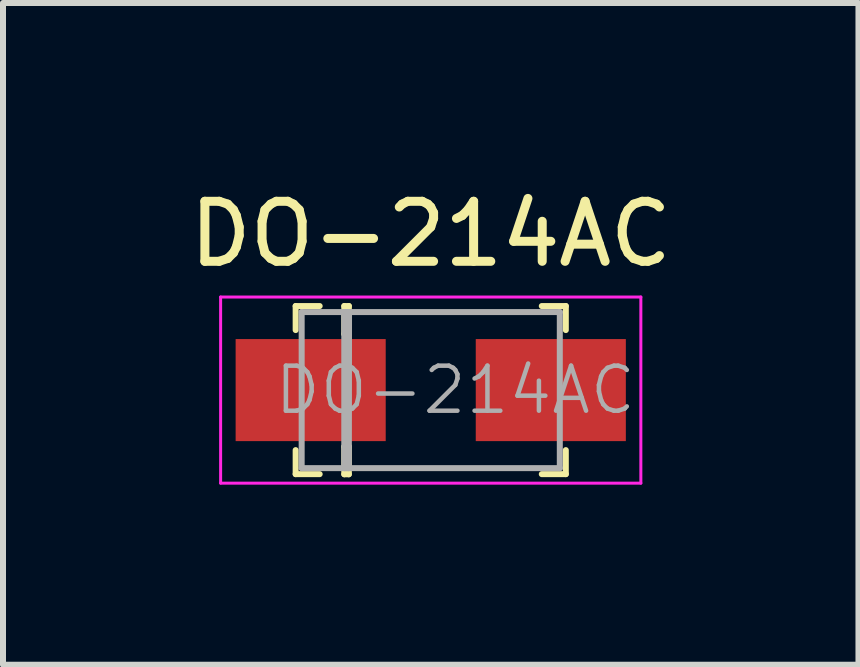
<source format=kicad_pcb>
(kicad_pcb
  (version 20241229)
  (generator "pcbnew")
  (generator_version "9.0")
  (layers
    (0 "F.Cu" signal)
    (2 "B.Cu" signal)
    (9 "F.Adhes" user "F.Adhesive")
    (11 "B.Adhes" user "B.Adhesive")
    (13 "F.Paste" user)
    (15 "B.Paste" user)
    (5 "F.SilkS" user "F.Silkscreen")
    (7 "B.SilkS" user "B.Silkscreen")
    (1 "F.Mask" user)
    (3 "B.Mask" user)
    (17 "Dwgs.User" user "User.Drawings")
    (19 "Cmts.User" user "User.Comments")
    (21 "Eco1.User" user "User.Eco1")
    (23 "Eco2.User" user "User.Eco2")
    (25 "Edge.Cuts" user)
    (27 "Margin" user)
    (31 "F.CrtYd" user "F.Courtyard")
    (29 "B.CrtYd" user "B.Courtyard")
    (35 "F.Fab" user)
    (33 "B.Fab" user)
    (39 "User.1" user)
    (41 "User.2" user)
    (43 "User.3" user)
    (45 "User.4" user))
  (footprint "DO-214AC"
    (layer "F.Cu")
    (at 4.125 3.448)
    (property "Reference" "DO-214AC" (at 0 -2.6 0) (layer "F.SilkS") (effects (font (size 1 1) (thickness 0.15))))
    (attr through_hole)
    (fp_line (start -2.25 -1.4) (end -2.25 -1) (stroke (width 0.1) (type solid)) (layer "F.SilkS"))
    (fp_line (start -2.25 -1.4) (end -1.85 -1.4) (stroke (width 0.1) (type solid)) (layer "F.SilkS"))
    (fp_line (start -2.25 1.4) (end -2.25 1) (stroke (width 0.1) (type solid)) (layer "F.SilkS"))
    (fp_line (start -2.25 1.4) (end -1.85 1.4) (stroke (width 0.1) (type solid)) (layer "F.SilkS"))
    (fp_line (start -1.44 -1.4) (end -1.44 -0.935) (stroke (width 0.1) (type solid)) (layer "F.SilkS"))
    (fp_line (start -1.44 -0.935) (end -1.364 -0.935) (stroke (width 0.1) (type solid)) (layer "F.SilkS"))
    (fp_line (start -1.44 0.942) (end -1.364 0.942) (stroke (width 0.1) (type solid)) (layer "F.SilkS"))
    (fp_line (start -1.44 1.402) (end -1.44 0.942) (stroke (width 0.1) (type solid)) (layer "F.SilkS"))
    (fp_line (start -1.364 -1.4) (end -1.44 -1.4) (stroke (width 0.1) (type solid)) (layer "F.SilkS"))
    (fp_line (start -1.364 -0.935) (end -1.364 -1.4) (stroke (width 0.1) (type solid)) (layer "F.SilkS"))
    (fp_line (start -1.364 0.942) (end -1.364 1.402) (stroke (width 0.1) (type solid)) (layer "F.SilkS"))
    (fp_line (start -1.364 1.402) (end -1.44 1.402) (stroke (width 0.1) (type solid)) (layer "F.SilkS"))
    (fp_line (start 2.25 -1.4) (end 1.85 -1.4) (stroke (width 0.1) (type solid)) (layer "F.SilkS"))
    (fp_line (start 2.25 -1.4) (end 2.25 -1) (stroke (width 0.1) (type solid)) (layer "F.SilkS"))
    (fp_line (start 2.25 1.4) (end 1.85 1.4) (stroke (width 0.1) (type solid)) (layer "F.SilkS"))
    (fp_line (start 2.25 1.4) (end 2.25 1) (stroke (width 0.1) (type solid)) (layer "F.SilkS"))
    (fp_line (start -3.5 -1.55) (end -3.5 1.55) (stroke (width 0.05) (type solid)) (layer "F.CrtYd"))
    (fp_line (start -3.5 -1.55) (end 3.5 -1.55) (stroke (width 0.05) (type solid)) (layer "F.CrtYd"))
    (fp_line (start -3.5 1.55) (end 3.5 1.55) (stroke (width 0.05) (type solid)) (layer "F.CrtYd"))
    (fp_line (start 3.5 -1.55) (end 3.5 1.55) (stroke (width 0.05) (type solid)) (layer "F.CrtYd"))
    (fp_line (start -2.15 -1.3) (end -2.15 1.3) (stroke (width 0.1) (type solid)) (layer "F.Fab"))
    (fp_line (start -2.15 -1.3) (end 2.15 -1.3) (stroke (width 0.1) (type solid)) (layer "F.Fab"))
    (fp_line (start -2.15 1.3) (end 2.15 1.3) (stroke (width 0.1) (type solid)) (layer "F.Fab"))
    (fp_line (start -1.44 -1.3) (end -1.44 1.3) (stroke (width 0.1) (type solid)) (layer "F.Fab"))
    (fp_line (start -1.44 1.3) (end -1.364 1.3) (stroke (width 0.1) (type solid)) (layer "F.Fab"))
    (fp_line (start -1.364 1.3) (end -1.361 -1.3) (stroke (width 0.1) (type solid)) (layer "F.Fab"))
    (fp_line (start -1.361 -1.3) (end -1.44 -1.3) (stroke (width 0.1) (type solid)) (layer "F.Fab"))
    (fp_line (start 2.15 -1.3) (end 2.15 1.3) (stroke (width 0.1) (type solid)) (layer "F.Fab"))
    (fp_text user "${REFERENCE}" (at 0.409 0 0) (layer "F.Fab") (effects (font (size 0.75 0.75) (thickness 0.075))))
    (pad "1" smd rect (at -2 0) (size 2.5 1.7) (layers "F.Cu" "F.Mask" "F.Paste"))
    (pad "2" smd rect (at 2 0) (size 2.5 1.7) (layers "F.Cu" "F.Mask" "F.Paste")))
  (gr_rect
    (start -3 -3)
    (end 11.25 8.023)
    (stroke (width 0.1) (type default))
    (fill no)
    (layer "Edge.Cuts")))
</source>
